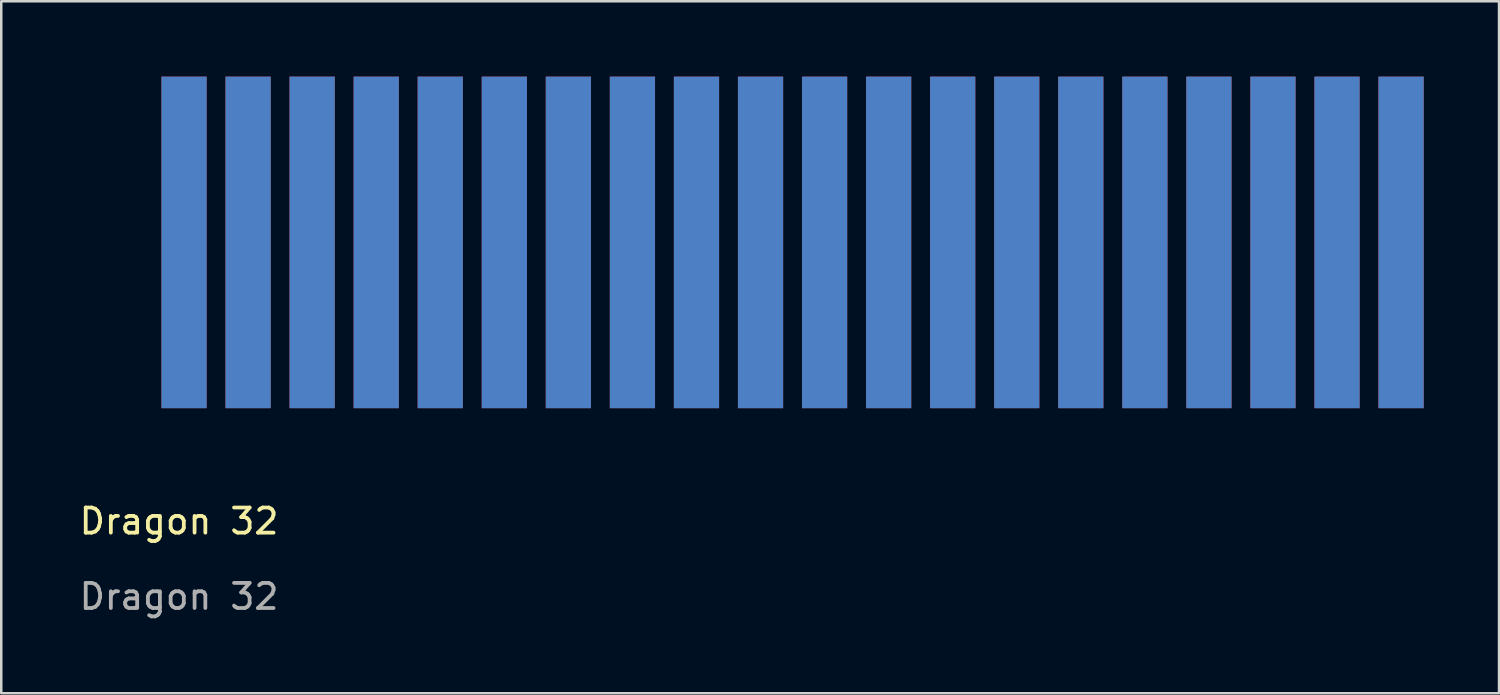
<source format=kicad_pcb>
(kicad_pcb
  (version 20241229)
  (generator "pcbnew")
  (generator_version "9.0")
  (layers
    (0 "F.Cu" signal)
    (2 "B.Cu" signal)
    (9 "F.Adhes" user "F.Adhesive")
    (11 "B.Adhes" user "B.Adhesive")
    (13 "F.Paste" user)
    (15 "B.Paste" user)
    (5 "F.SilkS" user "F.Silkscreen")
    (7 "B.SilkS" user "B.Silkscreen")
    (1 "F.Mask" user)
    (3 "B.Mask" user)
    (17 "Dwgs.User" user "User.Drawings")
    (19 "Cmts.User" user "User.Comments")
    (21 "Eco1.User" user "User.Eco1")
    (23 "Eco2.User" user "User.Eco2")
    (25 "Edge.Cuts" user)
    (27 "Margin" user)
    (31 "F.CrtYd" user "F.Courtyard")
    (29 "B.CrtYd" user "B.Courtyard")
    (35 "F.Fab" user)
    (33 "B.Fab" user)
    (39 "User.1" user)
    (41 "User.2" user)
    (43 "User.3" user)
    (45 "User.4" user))
  (footprint "Dragon 32"
    (layer "F.Cu")
    (at 4.077 18.2)
    (property "Reference" "Dragon 32" (at 0 -0.5 0) (unlocked yes) (layer "F.SilkS") (effects (font (size 1 1) (thickness 0.15))))
    (attr smd)
    (fp_text user "${REFERENCE}" (at 0 2.5 0) (unlocked yes) (layer "F.Fab") (effects (font (size 1 1) (thickness 0.15))))
    (pad "1" smd rect (at 0.2 -11.6) (size 1.8 13.2) (layers "F.Cu" "F.Mask" "F.Paste"))
    (pad "2" smd rect (at 0.2 -11.6) (size 1.8 13.2) (layers "B.Cu" "B.Mask" "B.Paste"))
    (pad "3" smd rect (at 2.75 -11.6) (size 1.8 13.2) (layers "F.Cu" "F.Mask" "F.Paste"))
    (pad "4" smd rect (at 2.75 -11.6) (size 1.8 13.2) (layers "B.Cu" "B.Mask" "B.Paste"))
    (pad "5" smd rect (at 5.3 -11.6) (size 1.8 13.2) (layers "F.Cu" "F.Mask" "F.Paste"))
    (pad "6" smd rect (at 5.3 -11.6) (size 1.8 13.2) (layers "B.Cu" "B.Mask" "B.Paste"))
    (pad "7" smd rect (at 7.85 -11.6) (size 1.8 13.2) (layers "F.Cu" "F.Mask" "F.Paste"))
    (pad "8" smd rect (at 7.85 -11.6) (size 1.8 13.2) (layers "B.Cu" "B.Mask" "B.Paste"))
    (pad "9" smd rect (at 10.4 -11.6) (size 1.8 13.2) (layers "F.Cu" "F.Mask" "F.Paste"))
    (pad "10" smd rect (at 10.4 -11.6) (size 1.8 13.2) (layers "B.Cu" "B.Mask" "B.Paste"))
    (pad "11" smd rect (at 12.95 -11.6) (size 1.8 13.2) (layers "F.Cu" "F.Mask" "F.Paste"))
    (pad "12" smd rect (at 12.95 -11.6) (size 1.8 13.2) (layers "B.Cu" "B.Mask" "B.Paste"))
    (pad "13" smd rect (at 15.5 -11.6) (size 1.8 13.2) (layers "F.Cu" "F.Mask" "F.Paste"))
    (pad "14" smd rect (at 15.5 -11.6) (size 1.8 13.2) (layers "B.Cu" "B.Mask" "B.Paste"))
    (pad "15" smd rect (at 18.05 -11.6) (size 1.8 13.2) (layers "F.Cu" "F.Mask" "F.Paste"))
    (pad "16" smd rect (at 18.05 -11.6) (size 1.8 13.2) (layers "B.Cu" "B.Mask" "B.Paste"))
    (pad "17" smd rect (at 20.6 -11.6) (size 1.8 13.2) (layers "F.Cu" "F.Mask" "F.Paste"))
    (pad "18" smd rect (at 20.6 -11.6) (size 1.8 13.2) (layers "B.Cu" "B.Mask" "B.Paste"))
    (pad "19" smd rect (at 23.15 -11.6) (size 1.8 13.2) (layers "F.Cu" "F.Mask" "F.Paste"))
    (pad "20" smd rect (at 23.15 -11.6) (size 1.8 13.2) (layers "B.Cu" "B.Mask" "B.Paste"))
    (pad "21" smd rect (at 25.7 -11.6) (size 1.8 13.2) (layers "F.Cu" "F.Mask" "F.Paste"))
    (pad "22" smd rect (at 25.7 -11.6) (size 1.8 13.2) (layers "B.Cu" "B.Mask" "B.Paste"))
    (pad "23" smd rect (at 28.25 -11.6) (size 1.8 13.2) (layers "F.Cu" "F.Mask" "F.Paste"))
    (pad "24" smd rect (at 28.25 -11.6) (size 1.8 13.2) (layers "B.Cu" "B.Mask" "B.Paste"))
    (pad "25" smd rect (at 30.8 -11.6) (size 1.8 13.2) (layers "F.Cu" "F.Mask" "F.Paste"))
    (pad "26" smd rect (at 30.8 -11.6) (size 1.8 13.2) (layers "B.Cu" "B.Mask" "B.Paste"))
    (pad "27" smd rect (at 33.35 -11.6) (size 1.8 13.2) (layers "F.Cu" "F.Mask" "F.Paste"))
    (pad "28" smd rect (at 33.35 -11.6) (size 1.8 13.2) (layers "B.Cu" "B.Mask" "B.Paste"))
    (pad "29" smd rect (at 35.9 -11.6) (size 1.8 13.2) (layers "F.Cu" "F.Mask" "F.Paste"))
    (pad "30" smd rect (at 35.9 -11.6) (size 1.8 13.2) (layers "B.Cu" "B.Mask" "B.Paste"))
    (pad "31" smd rect (at 38.45 -11.6) (size 1.8 13.2) (layers "F.Cu" "F.Mask" "F.Paste"))
    (pad "32" smd rect (at 38.45 -11.6) (size 1.8 13.2) (layers "B.Cu" "B.Mask" "B.Paste"))
    (pad "33" smd rect (at 41 -11.6) (size 1.8 13.2) (layers "F.Cu" "F.Mask" "F.Paste"))
    (pad "34" smd rect (at 41 -11.6) (size 1.8 13.2) (layers "B.Cu" "B.Mask" "B.Paste"))
    (pad "35" smd rect (at 43.55 -11.6) (size 1.8 13.2) (layers "F.Cu" "F.Mask" "F.Paste"))
    (pad "36" smd rect (at 43.55 -11.6) (size 1.8 13.2) (layers "B.Cu" "B.Mask" "B.Paste"))
    (pad "37" smd rect (at 46.1 -11.6) (size 1.8 13.2) (layers "F.Cu" "F.Mask" "F.Paste"))
    (pad "38" smd rect (at 46.1 -11.6) (size 1.8 13.2) (layers "B.Cu" "B.Mask" "B.Paste"))
    (pad "39" smd rect (at 48.65 -11.6) (size 1.8 13.2) (layers "F.Cu" "F.Mask" "F.Paste"))
    (pad "40" smd rect (at 48.65 -11.6) (size 1.8 13.2) (layers "B.Cu" "B.Mask" "B.Paste")))
  (gr_rect
    (start -3 -3)
    (end 56.627 24.548)
    (stroke (width 0.1) (type default))
    (fill no)
    (layer "Edge.Cuts")))
</source>
